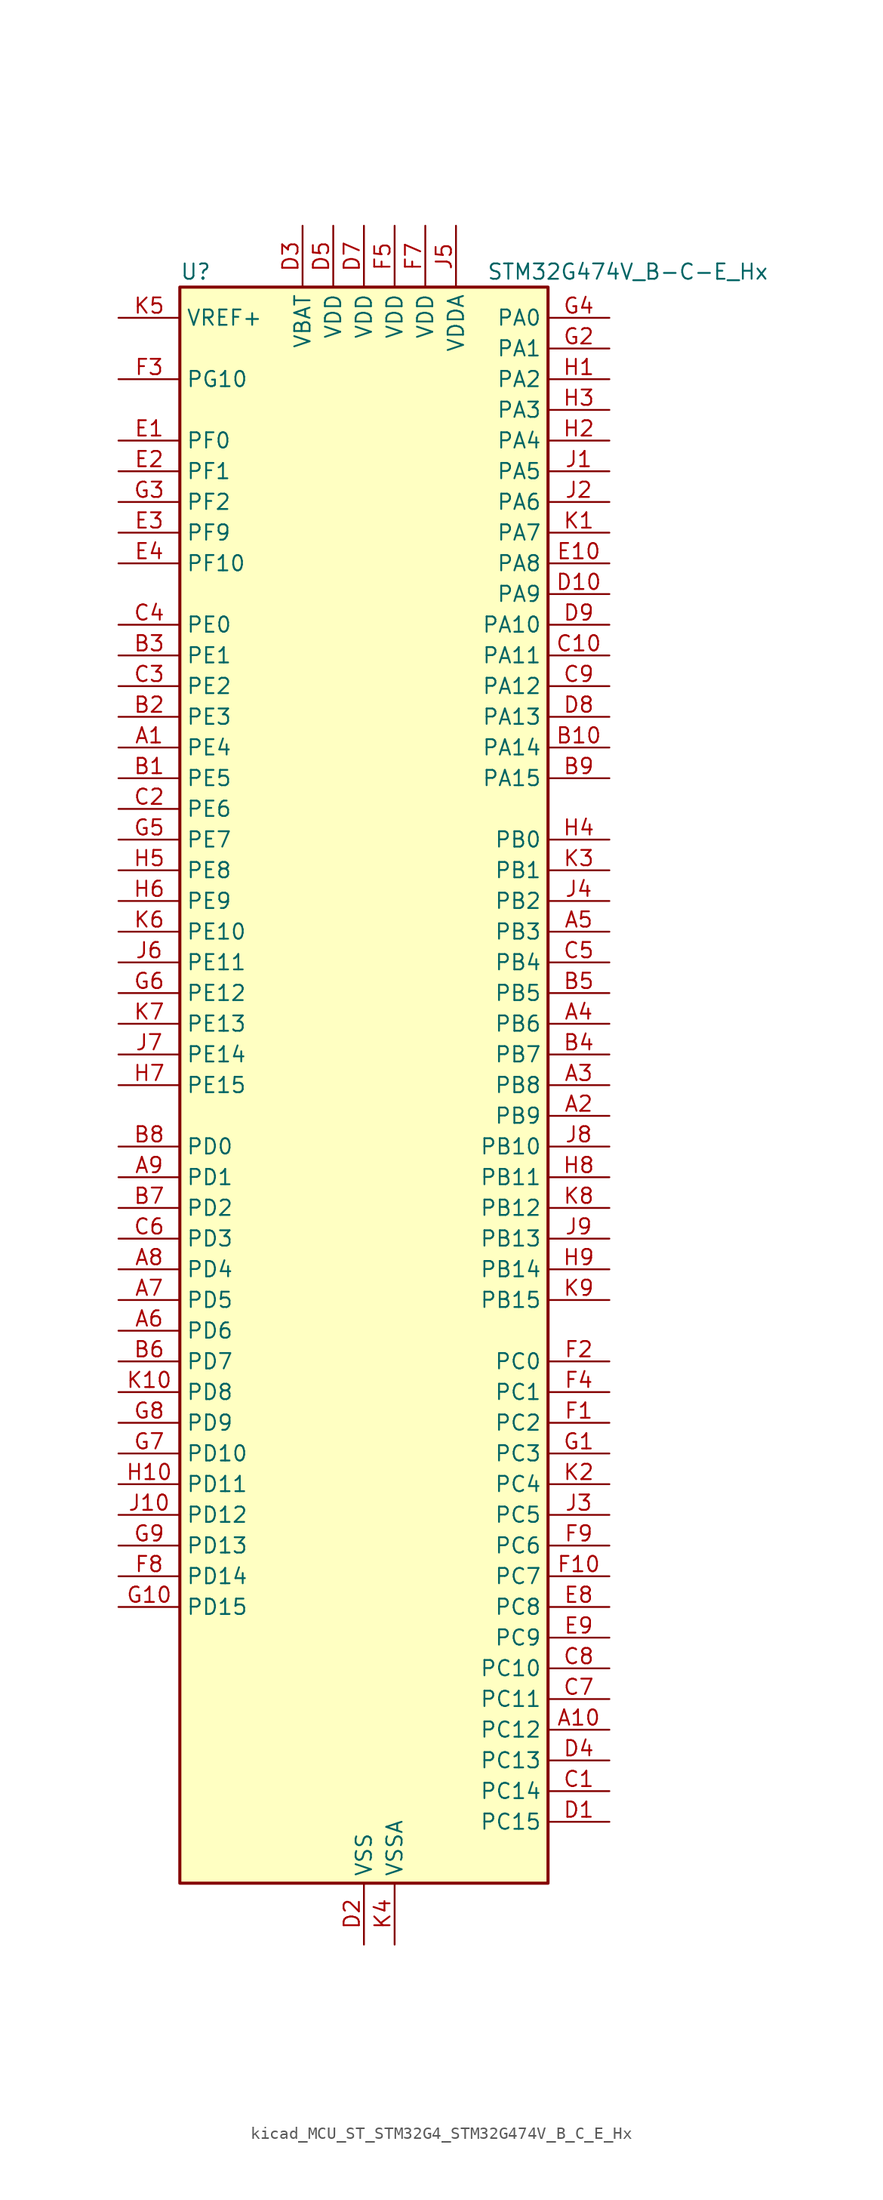
<source format=kicad_sym>
(kicad_symbol_lib
  (version 20220914)
  (generator kicad_symbol_editor)
  (symbol "kicad_MCU_ST_STM32G4_STM32G474V_B_C_E_Hx"
    (property "Reference" "U"
      (at -15.24 67.31 0)
      (effects (font (size 1.27 1.27)) (justify left)))
    (property "Value" "STM32G474V_B-C-E_Hx"
      (at 10.16 67.31 0)
      (effects (font (size 1.27 1.27)) (justify left)))
    (property "ki_locked" ""
      (at 0 0 0)
      (effects (font (size 1.27 1.27))))
    (symbol "kicad_MCU_ST_STM32G4_STM32G474V_B_C_E_Hx_0_1"
      (rectangle (start -15.24 -66.04) (end 15.24 66.04) (stroke (width 0.254) (type default)) (fill (type background))))
    (symbol "kicad_MCU_ST_STM32G4_STM32G474V_B_C_E_Hx_1_1"
      (pin bidirectional line (at -20.32 27.94 0) (length 5.08) (name "PE4" (effects (font (size 1.27 1.27)))) (number "A1" (effects (font (size 1.27 1.27)))) (alternate "FMC_A20" bidirectional line) (alternate "SAI1_D2" bidirectional line) (alternate "SAI1_FS_A" bidirectional line) (alternate "SPI4_NSS" bidirectional line) (alternate "SYS_TRACED1" bidirectional line) (alternate "TIM20_CH1N" bidirectional line) (alternate "TIM3_CH3" bidirectional line))
      (pin bidirectional line (at 20.32 -53.34 180) (length 5.08) (name "PC12" (effects (font (size 1.27 1.27)))) (number "A10" (effects (font (size 1.27 1.27)))) (alternate "HRTIM1_EEV1" bidirectional line) (alternate "I2S3_SD" bidirectional line) (alternate "SPI3_MOSI" bidirectional line) (alternate "TIM5_CH2" bidirectional line) (alternate "TIM8_CH3N" bidirectional line) (alternate "UART5_TX" bidirectional line) (alternate "UCPD1_FRSTX1" bidirectional line) (alternate "UCPD1_FRSTX2" bidirectional line) (alternate "USART3_CK" bidirectional line))
      (pin bidirectional line (at 20.32 -2.54 180) (length 5.08) (name "PB9" (effects (font (size 1.27 1.27)))) (number "A2" (effects (font (size 1.27 1.27)))) (alternate "COMP2_OUT" bidirectional line) (alternate "DAC1_EXTI9" bidirectional line) (alternate "DAC2_EXTI9" bidirectional line) (alternate "DAC3_EXTI9" bidirectional line) (alternate "DAC4_EXTI9" bidirectional line) (alternate "FDCAN1_TX" bidirectional line) (alternate "HRTIM1_EEV5" bidirectional line) (alternate "I2C1_SDA" bidirectional line) (alternate "IR_OUT" bidirectional line) (alternate "SAI1_D2" bidirectional line) (alternate "SAI1_FS_A" bidirectional line) (alternate "TIM17_CH1" bidirectional line) (alternate "TIM1_CH3N" bidirectional line) (alternate "TIM4_CH4" bidirectional line) (alternate "TIM8_CH3" bidirectional line) (alternate "USART3_TX" bidirectional line))
      (pin bidirectional line (at 20.32 0 180) (length 5.08) (name "PB8" (effects (font (size 1.27 1.27)))) (number "A3" (effects (font (size 1.27 1.27)))) (alternate "COMP1_OUT" bidirectional line) (alternate "FDCAN1_RX" bidirectional line) (alternate "HRTIM1_EEV8" bidirectional line) (alternate "I2C1_SCL" bidirectional line) (alternate "SAI1_CK1" bidirectional line) (alternate "SAI1_MCLK_A" bidirectional line) (alternate "TIM16_CH1" bidirectional line) (alternate "TIM1_BKIN" bidirectional line) (alternate "TIM4_CH3" bidirectional line) (alternate "TIM8_CH2" bidirectional line) (alternate "USART3_RX" bidirectional line))
      (pin bidirectional line (at 20.32 5.08 180) (length 5.08) (name "PB6" (effects (font (size 1.27 1.27)))) (number "A4" (effects (font (size 1.27 1.27)))) (alternate "COMP4_OUT" bidirectional line) (alternate "FDCAN2_TX" bidirectional line) (alternate "HRTIM1_EEV4" bidirectional line) (alternate "HRTIM1_SCIN" bidirectional line) (alternate "LPTIM1_ETR" bidirectional line) (alternate "SAI1_FS_B" bidirectional line) (alternate "TIM16_CH1N" bidirectional line) (alternate "TIM4_CH1" bidirectional line) (alternate "TIM8_BKIN2" bidirectional line) (alternate "TIM8_CH1" bidirectional line) (alternate "TIM8_ETR" bidirectional line) (alternate "UCPD1_CC1" bidirectional line) (alternate "USART1_TX" bidirectional line))
      (pin bidirectional line (at 20.32 12.7 180) (length 5.08) (name "PB3" (effects (font (size 1.27 1.27)))) (number "A5" (effects (font (size 1.27 1.27)))) (alternate "ADC3_EXTI3" bidirectional line) (alternate "ADC4_EXTI3" bidirectional line) (alternate "ADC5_EXTI3" bidirectional line) (alternate "CRS_SYNC" bidirectional line) (alternate "FDCAN3_RX" bidirectional line) (alternate "HRTIM1_EEV9" bidirectional line) (alternate "HRTIM1_SCOUT" bidirectional line) (alternate "I2S3_CK" bidirectional line) (alternate "SAI1_SCK_B" bidirectional line) (alternate "SPI1_SCK" bidirectional line) (alternate "SPI3_SCK" bidirectional line) (alternate "SYS_JTDO-SWO" bidirectional line) (alternate "TIM2_CH2" bidirectional line) (alternate "TIM3_ETR" bidirectional line) (alternate "TIM4_ETR" bidirectional line) (alternate "TIM8_CH1N" bidirectional line) (alternate "USART2_TX" bidirectional line))
      (pin bidirectional line (at -20.32 -20.32 0) (length 5.08) (name "PD6" (effects (font (size 1.27 1.27)))) (number "A6" (effects (font (size 1.27 1.27)))) (alternate "FMC_NWAIT" bidirectional line) (alternate "QUADSPI1_BK2_IO2" bidirectional line) (alternate "SAI1_D1" bidirectional line) (alternate "SAI1_SD_A" bidirectional line) (alternate "TIM2_CH4" bidirectional line) (alternate "USART2_RX" bidirectional line))
      (pin bidirectional line (at -20.32 -17.78 0) (length 5.08) (name "PD5" (effects (font (size 1.27 1.27)))) (number "A7" (effects (font (size 1.27 1.27)))) (alternate "FMC_NWE" bidirectional line) (alternate "QUADSPI1_BK2_IO1" bidirectional line) (alternate "USART2_TX" bidirectional line))
      (pin bidirectional line (at -20.32 -15.24 0) (length 5.08) (name "PD4" (effects (font (size 1.27 1.27)))) (number "A8" (effects (font (size 1.27 1.27)))) (alternate "FMC_NOE" bidirectional line) (alternate "QUADSPI1_BK2_IO0" bidirectional line) (alternate "TIM2_CH2" bidirectional line) (alternate "USART2_DE" bidirectional line) (alternate "USART2_RTS" bidirectional line))
      (pin bidirectional line (at -20.32 -7.62 0) (length 5.08) (name "PD1" (effects (font (size 1.27 1.27)))) (number "A9" (effects (font (size 1.27 1.27)))) (alternate "FDCAN1_TX" bidirectional line) (alternate "FMC_D3" bidirectional line) (alternate "FMC_DA3" bidirectional line) (alternate "TIM8_BKIN2" bidirectional line) (alternate "TIM8_CH4" bidirectional line))
      (pin bidirectional line (at -20.32 25.4 0) (length 5.08) (name "PE5" (effects (font (size 1.27 1.27)))) (number "B1" (effects (font (size 1.27 1.27)))) (alternate "FMC_A21" bidirectional line) (alternate "SAI1_CK2" bidirectional line) (alternate "SAI1_SCK_A" bidirectional line) (alternate "SPI4_MISO" bidirectional line) (alternate "SYS_TRACED2" bidirectional line) (alternate "TIM20_CH2N" bidirectional line) (alternate "TIM3_CH4" bidirectional line))
      (pin bidirectional line (at 20.32 27.94 180) (length 5.08) (name "PA14" (effects (font (size 1.27 1.27)))) (number "B10" (effects (font (size 1.27 1.27)))) (alternate "I2C1_SDA" bidirectional line) (alternate "I2C4_SMBA" bidirectional line) (alternate "LPTIM1_OUT" bidirectional line) (alternate "SAI1_FS_B" bidirectional line) (alternate "SYS_JTCK-SWCLK" bidirectional line) (alternate "TIM1_BKIN" bidirectional line) (alternate "TIM8_CH2" bidirectional line) (alternate "USART2_TX" bidirectional line))
      (pin bidirectional line (at -20.32 30.48 0) (length 5.08) (name "PE3" (effects (font (size 1.27 1.27)))) (number "B2" (effects (font (size 1.27 1.27)))) (alternate "ADC3_EXTI3" bidirectional line) (alternate "ADC4_EXTI3" bidirectional line) (alternate "ADC5_EXTI3" bidirectional line) (alternate "FMC_A19" bidirectional line) (alternate "SAI1_SD_B" bidirectional line) (alternate "SPI4_NSS" bidirectional line) (alternate "SYS_TRACED0" bidirectional line) (alternate "TIM20_CH2" bidirectional line) (alternate "TIM3_CH2" bidirectional line))
      (pin bidirectional line (at -20.32 35.56 0) (length 5.08) (name "PE1" (effects (font (size 1.27 1.27)))) (number "B3" (effects (font (size 1.27 1.27)))) (alternate "FMC_NBL1" bidirectional line) (alternate "TIM17_CH1" bidirectional line) (alternate "TIM20_CH4" bidirectional line) (alternate "USART1_RX" bidirectional line))
      (pin bidirectional line (at 20.32 2.54 180) (length 5.08) (name "PB7" (effects (font (size 1.27 1.27)))) (number "B4" (effects (font (size 1.27 1.27)))) (alternate "COMP3_OUT" bidirectional line) (alternate "FMC_NL" bidirectional line) (alternate "HRTIM1_EEV3" bidirectional line) (alternate "I2C1_SDA" bidirectional line) (alternate "I2C4_SDA" bidirectional line) (alternate "LPTIM1_IN2" bidirectional line) (alternate "SYS_PVD_IN" bidirectional line) (alternate "TIM17_CH1N" bidirectional line) (alternate "TIM3_CH4" bidirectional line) (alternate "TIM4_CH2" bidirectional line) (alternate "TIM8_BKIN" bidirectional line) (alternate "UART4_CTS" bidirectional line) (alternate "USART1_RX" bidirectional line))
      (pin bidirectional line (at 20.32 7.62 180) (length 5.08) (name "PB5" (effects (font (size 1.27 1.27)))) (number "B5" (effects (font (size 1.27 1.27)))) (alternate "FDCAN2_RX" bidirectional line) (alternate "HRTIM1_EEV6" bidirectional line) (alternate "I2C1_SMBA" bidirectional line) (alternate "I2C3_SDA" bidirectional line) (alternate "I2S3_SD" bidirectional line) (alternate "LPTIM1_IN1" bidirectional line) (alternate "SAI1_SD_B" bidirectional line) (alternate "SPI1_MOSI" bidirectional line) (alternate "SPI3_MOSI" bidirectional line) (alternate "TIM16_BKIN" bidirectional line) (alternate "TIM17_CH1" bidirectional line) (alternate "TIM3_CH2" bidirectional line) (alternate "TIM8_CH3N" bidirectional line) (alternate "UART5_CTS" bidirectional line) (alternate "USART2_CK" bidirectional line))
      (pin bidirectional line (at -20.32 -22.86 0) (length 5.08) (name "PD7" (effects (font (size 1.27 1.27)))) (number "B6" (effects (font (size 1.27 1.27)))) (alternate "FMC_NCE" bidirectional line) (alternate "FMC_NE1" bidirectional line) (alternate "QUADSPI1_BK2_IO3" bidirectional line) (alternate "TIM2_CH3" bidirectional line) (alternate "USART2_CK" bidirectional line))
      (pin bidirectional line (at -20.32 -10.16 0) (length 5.08) (name "PD2" (effects (font (size 1.27 1.27)))) (number "B7" (effects (font (size 1.27 1.27)))) (alternate "ADC3_EXTI2" bidirectional line) (alternate "ADC4_EXTI2" bidirectional line) (alternate "ADC5_EXTI2" bidirectional line) (alternate "TIM3_ETR" bidirectional line) (alternate "TIM8_BKIN" bidirectional line) (alternate "UART5_RX" bidirectional line))
      (pin bidirectional line (at -20.32 -5.08 0) (length 5.08) (name "PD0" (effects (font (size 1.27 1.27)))) (number "B8" (effects (font (size 1.27 1.27)))) (alternate "FDCAN1_RX" bidirectional line) (alternate "FMC_D2" bidirectional line) (alternate "FMC_DA2" bidirectional line) (alternate "TIM8_CH4N" bidirectional line))
      (pin bidirectional line (at 20.32 25.4 180) (length 5.08) (name "PA15" (effects (font (size 1.27 1.27)))) (number "B9" (effects (font (size 1.27 1.27)))) (alternate "ADC1_EXTI15" bidirectional line) (alternate "ADC2_EXTI15" bidirectional line) (alternate "FDCAN3_TX" bidirectional line) (alternate "HRTIM1_FLT2" bidirectional line) (alternate "I2C1_SCL" bidirectional line) (alternate "I2S3_WS" bidirectional line) (alternate "SPI1_NSS" bidirectional line) (alternate "SPI3_NSS" bidirectional line) (alternate "SYS_JTDI" bidirectional line) (alternate "TIM1_BKIN" bidirectional line) (alternate "TIM2_CH1" bidirectional line) (alternate "TIM2_ETR" bidirectional line) (alternate "TIM8_CH1" bidirectional line) (alternate "UART4_DE" bidirectional line) (alternate "UART4_RTS" bidirectional line) (alternate "USART2_RX" bidirectional line))
      (pin bidirectional line (at 20.32 -58.42 180) (length 5.08) (name "PC14" (effects (font (size 1.27 1.27)))) (number "C1" (effects (font (size 1.27 1.27)))) (alternate "RCC_OSC32_IN" bidirectional line))
      (pin bidirectional line (at 20.32 35.56 180) (length 5.08) (name "PA11" (effects (font (size 1.27 1.27)))) (number "C10" (effects (font (size 1.27 1.27)))) (alternate "ADC1_EXTI11" bidirectional line) (alternate "ADC2_EXTI11" bidirectional line) (alternate "COMP1_OUT" bidirectional line) (alternate "FDCAN1_RX" bidirectional line) (alternate "HRTIM1_CHB2" bidirectional line) (alternate "I2S2_SD" bidirectional line) (alternate "SPI2_MOSI" bidirectional line) (alternate "TIM1_BKIN2" bidirectional line) (alternate "TIM1_CH1N" bidirectional line) (alternate "TIM1_CH4" bidirectional line) (alternate "TIM4_CH1" bidirectional line) (alternate "USART1_CTS" bidirectional line) (alternate "USART1_NSS" bidirectional line) (alternate "USB_DM" bidirectional line))
      (pin bidirectional line (at -20.32 22.86 0) (length 5.08) (name "PE6" (effects (font (size 1.27 1.27)))) (number "C2" (effects (font (size 1.27 1.27)))) (alternate "FMC_A22" bidirectional line) (alternate "RTC_TAMP3" bidirectional line) (alternate "SAI1_D1" bidirectional line) (alternate "SAI1_SD_A" bidirectional line) (alternate "SPI4_MOSI" bidirectional line) (alternate "SYS_TRACED3" bidirectional line) (alternate "SYS_WKUP3" bidirectional line) (alternate "TIM20_CH3N" bidirectional line))
      (pin bidirectional line (at -20.32 33.02 0) (length 5.08) (name "PE2" (effects (font (size 1.27 1.27)))) (number "C3" (effects (font (size 1.27 1.27)))) (alternate "ADC3_EXTI2" bidirectional line) (alternate "ADC4_EXTI2" bidirectional line) (alternate "ADC5_EXTI2" bidirectional line) (alternate "FMC_A23" bidirectional line) (alternate "SAI1_CK1" bidirectional line) (alternate "SAI1_MCLK_A" bidirectional line) (alternate "SPI4_SCK" bidirectional line) (alternate "SYS_TRACECLK" bidirectional line) (alternate "TIM20_CH1" bidirectional line) (alternate "TIM3_CH1" bidirectional line))
      (pin bidirectional line (at -20.32 38.1 0) (length 5.08) (name "PE0" (effects (font (size 1.27 1.27)))) (number "C4" (effects (font (size 1.27 1.27)))) (alternate "FMC_NBL0" bidirectional line) (alternate "TIM16_CH1" bidirectional line) (alternate "TIM20_CH4N" bidirectional line) (alternate "TIM20_ETR" bidirectional line) (alternate "TIM4_ETR" bidirectional line) (alternate "USART1_TX" bidirectional line))
      (pin bidirectional line (at 20.32 10.16 180) (length 5.08) (name "PB4" (effects (font (size 1.27 1.27)))) (number "C5" (effects (font (size 1.27 1.27)))) (alternate "FDCAN3_TX" bidirectional line) (alternate "HRTIM1_EEV7" bidirectional line) (alternate "SAI1_MCLK_B" bidirectional line) (alternate "SPI1_MISO" bidirectional line) (alternate "SPI3_MISO" bidirectional line) (alternate "SYS_JTRST" bidirectional line) (alternate "TIM16_CH1" bidirectional line) (alternate "TIM17_BKIN" bidirectional line) (alternate "TIM3_CH1" bidirectional line) (alternate "TIM8_CH2N" bidirectional line) (alternate "UART5_DE" bidirectional line) (alternate "UART5_RTS" bidirectional line) (alternate "UCPD1_CC2" bidirectional line) (alternate "USART2_RX" bidirectional line))
      (pin bidirectional line (at -20.32 -12.7 0) (length 5.08) (name "PD3" (effects (font (size 1.27 1.27)))) (number "C6" (effects (font (size 1.27 1.27)))) (alternate "ADC3_EXTI3" bidirectional line) (alternate "ADC4_EXTI3" bidirectional line) (alternate "ADC5_EXTI3" bidirectional line) (alternate "FMC_CLK" bidirectional line) (alternate "QUADSPI1_BK2_NCS" bidirectional line) (alternate "TIM2_CH1" bidirectional line) (alternate "TIM2_ETR" bidirectional line) (alternate "USART2_CTS" bidirectional line) (alternate "USART2_NSS" bidirectional line))
      (pin bidirectional line (at 20.32 -50.8 180) (length 5.08) (name "PC11" (effects (font (size 1.27 1.27)))) (number "C7" (effects (font (size 1.27 1.27)))) (alternate "ADC1_EXTI11" bidirectional line) (alternate "ADC2_EXTI11" bidirectional line) (alternate "HRTIM1_EEV2" bidirectional line) (alternate "I2C3_SDA" bidirectional line) (alternate "SPI3_MISO" bidirectional line) (alternate "TIM8_CH2N" bidirectional line) (alternate "UART4_RX" bidirectional line) (alternate "USART3_RX" bidirectional line))
      (pin bidirectional line (at 20.32 -48.26 180) (length 5.08) (name "PC10" (effects (font (size 1.27 1.27)))) (number "C8" (effects (font (size 1.27 1.27)))) (alternate "DAC1_EXTI10" bidirectional line) (alternate "DAC2_EXTI10" bidirectional line) (alternate "DAC3_EXTI10" bidirectional line) (alternate "DAC4_EXTI10" bidirectional line) (alternate "HRTIM1_FLT6" bidirectional line) (alternate "I2S3_CK" bidirectional line) (alternate "SPI3_SCK" bidirectional line) (alternate "TIM8_CH1N" bidirectional line) (alternate "UART4_TX" bidirectional line) (alternate "USART3_TX" bidirectional line))
      (pin bidirectional line (at 20.32 33.02 180) (length 5.08) (name "PA12" (effects (font (size 1.27 1.27)))) (number "C9" (effects (font (size 1.27 1.27)))) (alternate "COMP2_OUT" bidirectional line) (alternate "FDCAN1_TX" bidirectional line) (alternate "HRTIM1_FLT1" bidirectional line) (alternate "I2S_CKIN" bidirectional line) (alternate "TIM16_CH1" bidirectional line) (alternate "TIM1_CH2N" bidirectional line) (alternate "TIM1_ETR" bidirectional line) (alternate "TIM4_CH2" bidirectional line) (alternate "USART1_DE" bidirectional line) (alternate "USART1_RTS" bidirectional line) (alternate "USB_DP" bidirectional line))
      (pin bidirectional line (at 20.32 -60.96 180) (length 5.08) (name "PC15" (effects (font (size 1.27 1.27)))) (number "D1" (effects (font (size 1.27 1.27)))) (alternate "ADC1_EXTI15" bidirectional line) (alternate "ADC2_EXTI15" bidirectional line) (alternate "RCC_OSC32_OUT" bidirectional line))
      (pin bidirectional line (at 20.32 40.64 180) (length 5.08) (name "PA9" (effects (font (size 1.27 1.27)))) (number "D10" (effects (font (size 1.27 1.27)))) (alternate "ADC5_IN2" bidirectional line) (alternate "COMP5_OUT" bidirectional line) (alternate "DAC1_EXTI9" bidirectional line) (alternate "DAC2_EXTI9" bidirectional line) (alternate "DAC3_EXTI9" bidirectional line) (alternate "DAC4_EXTI9" bidirectional line) (alternate "HRTIM1_CHA2" bidirectional line) (alternate "I2C2_SCL" bidirectional line) (alternate "I2C3_SMBA" bidirectional line) (alternate "I2S3_MCK" bidirectional line) (alternate "SAI1_FS_A" bidirectional line) (alternate "TIM15_BKIN" bidirectional line) (alternate "TIM1_CH2" bidirectional line) (alternate "TIM2_CH3" bidirectional line) (alternate "UCPD1_DBCC1" bidirectional line) (alternate "USART1_TX" bidirectional line))
      (pin power_in line (at 0 -71.12 90) (length 5.08) (name "VSS" (effects (font (size 1.27 1.27)))) (number "D2" (effects (font (size 1.27 1.27)))))
      (pin power_in line (at -5.08 71.12 270) (length 5.08) (name "VBAT" (effects (font (size 1.27 1.27)))) (number "D3" (effects (font (size 1.27 1.27)))))
      (pin bidirectional line (at 20.32 -55.88 180) (length 5.08) (name "PC13" (effects (font (size 1.27 1.27)))) (number "D4" (effects (font (size 1.27 1.27)))) (alternate "RTC_OUT1" bidirectional line) (alternate "RTC_TAMP1" bidirectional line) (alternate "RTC_TS" bidirectional line) (alternate "SYS_WKUP2" bidirectional line) (alternate "TIM1_BKIN" bidirectional line) (alternate "TIM1_CH1N" bidirectional line) (alternate "TIM8_CH4N" bidirectional line))
      (pin power_in line (at -2.54 71.12 270) (length 5.08) (name "VDD" (effects (font (size 1.27 1.27)))) (number "D5" (effects (font (size 1.27 1.27)))))
      (pin passive line (at 0 -71.12 90) (length 5.08) hide (name "VSS" (effects (font (size 1.27 1.27)))) (number "D6" (effects (font (size 1.27 1.27)))))
      (pin power_in line (at 0 71.12 270) (length 5.08) (name "VDD" (effects (font (size 1.27 1.27)))) (number "D7" (effects (font (size 1.27 1.27)))))
      (pin bidirectional line (at 20.32 30.48 180) (length 5.08) (name "PA13" (effects (font (size 1.27 1.27)))) (number "D8" (effects (font (size 1.27 1.27)))) (alternate "I2C1_SCL" bidirectional line) (alternate "I2C4_SCL" bidirectional line) (alternate "IR_OUT" bidirectional line) (alternate "SAI1_SD_B" bidirectional line) (alternate "SYS_JTMS-SWDIO" bidirectional line) (alternate "TIM16_CH1N" bidirectional line) (alternate "TIM4_CH3" bidirectional line) (alternate "USART3_CTS" bidirectional line) (alternate "USART3_NSS" bidirectional line))
      (pin bidirectional line (at 20.32 38.1 180) (length 5.08) (name "PA10" (effects (font (size 1.27 1.27)))) (number "D9" (effects (font (size 1.27 1.27)))) (alternate "COMP6_OUT" bidirectional line) (alternate "CRS_SYNC" bidirectional line) (alternate "DAC1_EXTI10" bidirectional line) (alternate "DAC2_EXTI10" bidirectional line) (alternate "DAC3_EXTI10" bidirectional line) (alternate "DAC4_EXTI10" bidirectional line) (alternate "HRTIM1_CHB1" bidirectional line) (alternate "I2C2_SMBA" bidirectional line) (alternate "SAI1_D1" bidirectional line) (alternate "SAI1_SD_A" bidirectional line) (alternate "SPI2_MISO" bidirectional line) (alternate "TIM17_BKIN" bidirectional line) (alternate "TIM1_CH3" bidirectional line) (alternate "TIM2_CH4" bidirectional line) (alternate "TIM8_BKIN" bidirectional line) (alternate "UCPD1_DBCC2" bidirectional line) (alternate "USART1_RX" bidirectional line))
      (pin bidirectional line (at -20.32 53.34 0) (length 5.08) (name "PF0" (effects (font (size 1.27 1.27)))) (number "E1" (effects (font (size 1.27 1.27)))) (alternate "ADC1_IN10" bidirectional line) (alternate "I2C2_SDA" bidirectional line) (alternate "I2S2_WS" bidirectional line) (alternate "RCC_OSC_IN" bidirectional line) (alternate "SPI2_NSS" bidirectional line) (alternate "TIM1_CH3N" bidirectional line))
      (pin bidirectional line (at 20.32 43.18 180) (length 5.08) (name "PA8" (effects (font (size 1.27 1.27)))) (number "E10" (effects (font (size 1.27 1.27)))) (alternate "ADC5_IN1" bidirectional line) (alternate "COMP7_OUT" bidirectional line) (alternate "FDCAN3_RX" bidirectional line) (alternate "HRTIM1_CHA1" bidirectional line) (alternate "I2C2_SDA" bidirectional line) (alternate "I2C3_SCL" bidirectional line) (alternate "I2S2_MCK" bidirectional line) (alternate "OPAMP5_VOUT" bidirectional line) (alternate "RCC_MCO" bidirectional line) (alternate "SAI1_CK2" bidirectional line) (alternate "SAI1_SCK_A" bidirectional line) (alternate "TIM1_CH1" bidirectional line) (alternate "TIM4_ETR" bidirectional line) (alternate "USART1_CK" bidirectional line))
      (pin bidirectional line (at -20.32 50.8 0) (length 5.08) (name "PF1" (effects (font (size 1.27 1.27)))) (number "E2" (effects (font (size 1.27 1.27)))) (alternate "ADC2_IN10" bidirectional line) (alternate "COMP3_INM" bidirectional line) (alternate "I2S2_CK" bidirectional line) (alternate "RCC_OSC_OUT" bidirectional line) (alternate "SPI2_SCK" bidirectional line))
      (pin bidirectional line (at -20.32 45.72 0) (length 5.08) (name "PF9" (effects (font (size 1.27 1.27)))) (number "E3" (effects (font (size 1.27 1.27)))) (alternate "DAC1_EXTI9" bidirectional line) (alternate "DAC2_EXTI9" bidirectional line) (alternate "DAC3_EXTI9" bidirectional line) (alternate "DAC4_EXTI9" bidirectional line) (alternate "FMC_A25" bidirectional line) (alternate "QUADSPI1_BK1_IO1" bidirectional line) (alternate "SAI1_FS_B" bidirectional line) (alternate "SPI2_SCK" bidirectional line) (alternate "TIM15_CH1" bidirectional line) (alternate "TIM20_BKIN" bidirectional line) (alternate "TIM5_CH4" bidirectional line))
      (pin bidirectional line (at -20.32 43.18 0) (length 5.08) (name "PF10" (effects (font (size 1.27 1.27)))) (number "E4" (effects (font (size 1.27 1.27)))) (alternate "DAC1_EXTI10" bidirectional line) (alternate "DAC2_EXTI10" bidirectional line) (alternate "DAC3_EXTI10" bidirectional line) (alternate "DAC4_EXTI10" bidirectional line) (alternate "FMC_A0" bidirectional line) (alternate "QUADSPI1_CLK" bidirectional line) (alternate "SAI1_D3" bidirectional line) (alternate "SPI2_SCK" bidirectional line) (alternate "TIM15_CH2" bidirectional line) (alternate "TIM20_BKIN2" bidirectional line))
      (pin passive line (at 0 -71.12 90) (length 5.08) hide (name "VSS" (effects (font (size 1.27 1.27)))) (number "E5" (effects (font (size 1.27 1.27)))))
      (pin passive line (at 0 -71.12 90) (length 5.08) hide (name "VSS" (effects (font (size 1.27 1.27)))) (number "E6" (effects (font (size 1.27 1.27)))))
      (pin passive line (at 0 -71.12 90) (length 5.08) hide (name "VSS" (effects (font (size 1.27 1.27)))) (number "E7" (effects (font (size 1.27 1.27)))))
      (pin bidirectional line (at 20.32 -43.18 180) (length 5.08) (name "PC8" (effects (font (size 1.27 1.27)))) (number "E8" (effects (font (size 1.27 1.27)))) (alternate "COMP7_OUT" bidirectional line) (alternate "HRTIM1_CHE1" bidirectional line) (alternate "I2C3_SCL" bidirectional line) (alternate "TIM20_CH3" bidirectional line) (alternate "TIM3_CH3" bidirectional line) (alternate "TIM8_CH3" bidirectional line))
      (pin bidirectional line (at 20.32 -45.72 180) (length 5.08) (name "PC9" (effects (font (size 1.27 1.27)))) (number "E9" (effects (font (size 1.27 1.27)))) (alternate "DAC1_EXTI9" bidirectional line) (alternate "DAC2_EXTI9" bidirectional line) (alternate "DAC3_EXTI9" bidirectional line) (alternate "DAC4_EXTI9" bidirectional line) (alternate "HRTIM1_CHE2" bidirectional line) (alternate "I2C3_SDA" bidirectional line) (alternate "I2S_CKIN" bidirectional line) (alternate "TIM3_CH4" bidirectional line) (alternate "TIM8_BKIN2" bidirectional line) (alternate "TIM8_CH4" bidirectional line))
      (pin bidirectional line (at 20.32 -27.94 180) (length 5.08) (name "PC2" (effects (font (size 1.27 1.27)))) (number "F1" (effects (font (size 1.27 1.27)))) (alternate "ADC1_IN8" bidirectional line) (alternate "ADC2_IN8" bidirectional line) (alternate "ADC3_EXTI2" bidirectional line) (alternate "ADC4_EXTI2" bidirectional line) (alternate "ADC5_EXTI2" bidirectional line) (alternate "COMP3_OUT" bidirectional line) (alternate "LPTIM1_IN2" bidirectional line) (alternate "QUADSPI1_BK2_IO1" bidirectional line) (alternate "TIM1_CH3" bidirectional line) (alternate "TIM20_CH2" bidirectional line))
      (pin bidirectional line (at 20.32 -40.64 180) (length 5.08) (name "PC7" (effects (font (size 1.27 1.27)))) (number "F10" (effects (font (size 1.27 1.27)))) (alternate "COMP5_OUT" bidirectional line) (alternate "HRTIM1_CHF2" bidirectional line) (alternate "HRTIM1_FLT5" bidirectional line) (alternate "I2C4_SDA" bidirectional line) (alternate "I2S3_MCK" bidirectional line) (alternate "TIM3_CH2" bidirectional line) (alternate "TIM8_CH2" bidirectional line))
      (pin bidirectional line (at 20.32 -22.86 180) (length 5.08) (name "PC0" (effects (font (size 1.27 1.27)))) (number "F2" (effects (font (size 1.27 1.27)))) (alternate "ADC1_IN6" bidirectional line) (alternate "ADC2_IN6" bidirectional line) (alternate "COMP3_INM" bidirectional line) (alternate "LPTIM1_IN1" bidirectional line) (alternate "LPUART1_RX" bidirectional line) (alternate "TIM1_CH1" bidirectional line))
      (pin bidirectional line (at -20.32 58.42 0) (length 5.08) (name "PG10" (effects (font (size 1.27 1.27)))) (number "F3" (effects (font (size 1.27 1.27)))) (alternate "DAC1_EXTI10" bidirectional line) (alternate "DAC2_EXTI10" bidirectional line) (alternate "DAC3_EXTI10" bidirectional line) (alternate "DAC4_EXTI10" bidirectional line) (alternate "RCC_MCO" bidirectional line))
      (pin bidirectional line (at 20.32 -25.4 180) (length 5.08) (name "PC1" (effects (font (size 1.27 1.27)))) (number "F4" (effects (font (size 1.27 1.27)))) (alternate "ADC1_IN7" bidirectional line) (alternate "ADC2_IN7" bidirectional line) (alternate "COMP3_INP" bidirectional line) (alternate "LPTIM1_OUT" bidirectional line) (alternate "LPUART1_TX" bidirectional line) (alternate "QUADSPI1_BK2_IO0" bidirectional line) (alternate "SAI1_SD_A" bidirectional line) (alternate "TIM1_CH2" bidirectional line))
      (pin power_in line (at 2.54 71.12 270) (length 5.08) (name "VDD" (effects (font (size 1.27 1.27)))) (number "F5" (effects (font (size 1.27 1.27)))))
      (pin passive line (at 0 -71.12 90) (length 5.08) hide (name "VSS" (effects (font (size 1.27 1.27)))) (number "F6" (effects (font (size 1.27 1.27)))))
      (pin power_in line (at 5.08 71.12 270) (length 5.08) (name "VDD" (effects (font (size 1.27 1.27)))) (number "F7" (effects (font (size 1.27 1.27)))))
      (pin bidirectional line (at -20.32 -40.64 0) (length 5.08) (name "PD14" (effects (font (size 1.27 1.27)))) (number "F8" (effects (font (size 1.27 1.27)))) (alternate "ADC3_IN11" bidirectional line) (alternate "ADC4_IN11" bidirectional line) (alternate "ADC5_IN11" bidirectional line) (alternate "COMP7_INP" bidirectional line) (alternate "FMC_D0" bidirectional line) (alternate "FMC_DA0" bidirectional line) (alternate "OPAMP2_VINP" bidirectional line) (alternate "OPAMP2_VINP_SEC" bidirectional line) (alternate "TIM4_CH3" bidirectional line))
      (pin bidirectional line (at 20.32 -38.1 180) (length 5.08) (name "PC6" (effects (font (size 1.27 1.27)))) (number "F9" (effects (font (size 1.27 1.27)))) (alternate "COMP6_OUT" bidirectional line) (alternate "HRTIM1_CHF1" bidirectional line) (alternate "HRTIM1_EEV10" bidirectional line) (alternate "I2C4_SCL" bidirectional line) (alternate "I2S2_MCK" bidirectional line) (alternate "TIM3_CH1" bidirectional line) (alternate "TIM8_CH1" bidirectional line))
      (pin bidirectional line (at 20.32 -30.48 180) (length 5.08) (name "PC3" (effects (font (size 1.27 1.27)))) (number "G1" (effects (font (size 1.27 1.27)))) (alternate "ADC1_IN9" bidirectional line) (alternate "ADC2_IN9" bidirectional line) (alternate "ADC3_EXTI3" bidirectional line) (alternate "ADC4_EXTI3" bidirectional line) (alternate "ADC5_EXTI3" bidirectional line) (alternate "LPTIM1_ETR" bidirectional line) (alternate "OPAMP5_VINP" bidirectional line) (alternate "OPAMP5_VINP_SEC" bidirectional line) (alternate "QUADSPI1_BK2_IO2" bidirectional line) (alternate "SAI1_D1" bidirectional line) (alternate "SAI1_SD_A" bidirectional line) (alternate "TIM1_BKIN2" bidirectional line) (alternate "TIM1_CH4" bidirectional line))
      (pin bidirectional line (at -20.32 -43.18 0) (length 5.08) (name "PD15" (effects (font (size 1.27 1.27)))) (number "G10" (effects (font (size 1.27 1.27)))) (alternate "ADC1_EXTI15" bidirectional line) (alternate "ADC2_EXTI15" bidirectional line) (alternate "COMP7_INM" bidirectional line) (alternate "FMC_D1" bidirectional line) (alternate "FMC_DA1" bidirectional line) (alternate "SPI2_NSS" bidirectional line) (alternate "TIM4_CH4" bidirectional line))
      (pin bidirectional line (at 20.32 60.96 180) (length 5.08) (name "PA1" (effects (font (size 1.27 1.27)))) (number "G2" (effects (font (size 1.27 1.27)))) (alternate "ADC1_IN2" bidirectional line) (alternate "ADC2_IN2" bidirectional line) (alternate "COMP1_INP" bidirectional line) (alternate "OPAMP1_VINP" bidirectional line) (alternate "OPAMP1_VINP_SEC" bidirectional line) (alternate "OPAMP3_VINP" bidirectional line) (alternate "OPAMP3_VINP_SEC" bidirectional line) (alternate "OPAMP6_VINM" bidirectional line) (alternate "OPAMP6_VINM0" bidirectional line) (alternate "OPAMP6_VINM_SEC" bidirectional line) (alternate "RTC_REFIN" bidirectional line) (alternate "TIM15_CH1N" bidirectional line) (alternate "TIM2_CH2" bidirectional line) (alternate "TIM5_CH2" bidirectional line) (alternate "USART2_DE" bidirectional line) (alternate "USART2_RTS" bidirectional line))
      (pin bidirectional line (at -20.32 48.26 0) (length 5.08) (name "PF2" (effects (font (size 1.27 1.27)))) (number "G3" (effects (font (size 1.27 1.27)))) (alternate "ADC3_EXTI2" bidirectional line) (alternate "ADC4_EXTI2" bidirectional line) (alternate "ADC5_EXTI2" bidirectional line) (alternate "FMC_A2" bidirectional line) (alternate "I2C2_SMBA" bidirectional line) (alternate "TIM20_CH3" bidirectional line))
      (pin bidirectional line (at 20.32 63.5 180) (length 5.08) (name "PA0" (effects (font (size 1.27 1.27)))) (number "G4" (effects (font (size 1.27 1.27)))) (alternate "ADC1_IN1" bidirectional line) (alternate "ADC2_IN1" bidirectional line) (alternate "COMP1_INM" bidirectional line) (alternate "COMP1_OUT" bidirectional line) (alternate "COMP3_INP" bidirectional line) (alternate "RTC_TAMP2" bidirectional line) (alternate "SYS_WKUP1" bidirectional line) (alternate "TIM2_CH1" bidirectional line) (alternate "TIM2_ETR" bidirectional line) (alternate "TIM5_CH1" bidirectional line) (alternate "TIM8_BKIN" bidirectional line) (alternate "TIM8_ETR" bidirectional line) (alternate "USART2_CTS" bidirectional line) (alternate "USART2_NSS" bidirectional line))
      (pin bidirectional line (at -20.32 20.32 0) (length 5.08) (name "PE7" (effects (font (size 1.27 1.27)))) (number "G5" (effects (font (size 1.27 1.27)))) (alternate "ADC3_IN4" bidirectional line) (alternate "COMP4_INP" bidirectional line) (alternate "FMC_D4" bidirectional line) (alternate "FMC_DA4" bidirectional line) (alternate "SAI1_SD_B" bidirectional line) (alternate "TIM1_ETR" bidirectional line))
      (pin bidirectional line (at -20.32 7.62 0) (length 5.08) (name "PE12" (effects (font (size 1.27 1.27)))) (number "G6" (effects (font (size 1.27 1.27)))) (alternate "ADC3_IN16" bidirectional line) (alternate "ADC4_IN16" bidirectional line) (alternate "ADC5_IN16" bidirectional line) (alternate "FMC_D9" bidirectional line) (alternate "FMC_DA9" bidirectional line) (alternate "QUADSPI1_BK1_IO0" bidirectional line) (alternate "SPI4_SCK" bidirectional line) (alternate "TIM1_CH3N" bidirectional line))
      (pin bidirectional line (at -20.32 -30.48 0) (length 5.08) (name "PD10" (effects (font (size 1.27 1.27)))) (number "G7" (effects (font (size 1.27 1.27)))) (alternate "ADC3_IN7" bidirectional line) (alternate "ADC4_IN7" bidirectional line) (alternate "ADC5_IN7" bidirectional line) (alternate "COMP6_INM" bidirectional line) (alternate "DAC1_EXTI10" bidirectional line) (alternate "DAC2_EXTI10" bidirectional line) (alternate "DAC3_EXTI10" bidirectional line) (alternate "DAC4_EXTI10" bidirectional line) (alternate "FMC_D15" bidirectional line) (alternate "FMC_DA15" bidirectional line) (alternate "USART3_CK" bidirectional line))
      (pin bidirectional line (at -20.32 -27.94 0) (length 5.08) (name "PD9" (effects (font (size 1.27 1.27)))) (number "G8" (effects (font (size 1.27 1.27)))) (alternate "ADC4_IN13" bidirectional line) (alternate "ADC5_IN13" bidirectional line) (alternate "DAC1_EXTI9" bidirectional line) (alternate "DAC2_EXTI9" bidirectional line) (alternate "DAC3_EXTI9" bidirectional line) (alternate "DAC4_EXTI9" bidirectional line) (alternate "FMC_D14" bidirectional line) (alternate "FMC_DA14" bidirectional line) (alternate "OPAMP6_VINP" bidirectional line) (alternate "OPAMP6_VINP_SEC" bidirectional line) (alternate "USART3_RX" bidirectional line))
      (pin bidirectional line (at -20.32 -38.1 0) (length 5.08) (name "PD13" (effects (font (size 1.27 1.27)))) (number "G9" (effects (font (size 1.27 1.27)))) (alternate "ADC3_IN10" bidirectional line) (alternate "ADC4_IN10" bidirectional line) (alternate "ADC5_IN10" bidirectional line) (alternate "COMP5_INM" bidirectional line) (alternate "FMC_A18" bidirectional line) (alternate "TIM4_CH2" bidirectional line))
      (pin bidirectional line (at 20.32 58.42 180) (length 5.08) (name "PA2" (effects (font (size 1.27 1.27)))) (number "H1" (effects (font (size 1.27 1.27)))) (alternate "ADC1_IN3" bidirectional line) (alternate "ADC3_EXTI2" bidirectional line) (alternate "ADC4_EXTI2" bidirectional line) (alternate "ADC5_EXTI2" bidirectional line) (alternate "COMP2_INM" bidirectional line) (alternate "COMP2_OUT" bidirectional line) (alternate "LPUART1_TX" bidirectional line) (alternate "OPAMP1_VOUT" bidirectional line) (alternate "QUADSPI1_BK1_NCS" bidirectional line) (alternate "RCC_LSCO" bidirectional line) (alternate "SYS_WKUP4" bidirectional line) (alternate "TIM15_CH1" bidirectional line) (alternate "TIM2_CH3" bidirectional line) (alternate "TIM5_CH3" bidirectional line) (alternate "UCPD1_FRSTX1" bidirectional line) (alternate "UCPD1_FRSTX2" bidirectional line) (alternate "USART2_TX" bidirectional line))
      (pin bidirectional line (at -20.32 -33.02 0) (length 5.08) (name "PD11" (effects (font (size 1.27 1.27)))) (number "H10" (effects (font (size 1.27 1.27)))) (alternate "ADC1_EXTI11" bidirectional line) (alternate "ADC2_EXTI11" bidirectional line) (alternate "ADC3_IN8" bidirectional line) (alternate "ADC4_IN8" bidirectional line) (alternate "ADC5_IN8" bidirectional line) (alternate "COMP6_INP" bidirectional line) (alternate "FMC_A16" bidirectional line) (alternate "FMC_CLE" bidirectional line) (alternate "I2C4_SMBA" bidirectional line) (alternate "OPAMP4_VINP" bidirectional line) (alternate "OPAMP4_VINP_SEC" bidirectional line) (alternate "TIM5_ETR" bidirectional line) (alternate "USART3_CTS" bidirectional line) (alternate "USART3_NSS" bidirectional line))
      (pin bidirectional line (at 20.32 53.34 180) (length 5.08) (name "PA4" (effects (font (size 1.27 1.27)))) (number "H2" (effects (font (size 1.27 1.27)))) (alternate "ADC2_IN17" bidirectional line) (alternate "COMP1_INM" bidirectional line) (alternate "DAC1_OUT1" bidirectional line) (alternate "I2S3_WS" bidirectional line) (alternate "SAI1_FS_B" bidirectional line) (alternate "SPI1_NSS" bidirectional line) (alternate "SPI3_NSS" bidirectional line) (alternate "TIM3_CH2" bidirectional line) (alternate "USART2_CK" bidirectional line))
      (pin bidirectional line (at 20.32 55.88 180) (length 5.08) (name "PA3" (effects (font (size 1.27 1.27)))) (number "H3" (effects (font (size 1.27 1.27)))) (alternate "ADC1_IN4" bidirectional line) (alternate "ADC3_EXTI3" bidirectional line) (alternate "ADC4_EXTI3" bidirectional line) (alternate "ADC5_EXTI3" bidirectional line) (alternate "COMP2_INP" bidirectional line) (alternate "LPUART1_RX" bidirectional line) (alternate "OPAMP1_VINM" bidirectional line) (alternate "OPAMP1_VINM0" bidirectional line) (alternate "OPAMP1_VINM_SEC" bidirectional line) (alternate "OPAMP1_VINP" bidirectional line) (alternate "OPAMP1_VINP_SEC" bidirectional line) (alternate "OPAMP5_VINM" bidirectional line) (alternate "OPAMP5_VINM1" bidirectional line) (alternate "OPAMP5_VINM_SEC" bidirectional line) (alternate "QUADSPI1_CLK" bidirectional line) (alternate "SAI1_CK1" bidirectional line) (alternate "SAI1_MCLK_A" bidirectional line) (alternate "TIM15_CH2" bidirectional line) (alternate "TIM2_CH4" bidirectional line) (alternate "TIM5_CH4" bidirectional line) (alternate "USART2_RX" bidirectional line))
      (pin bidirectional line (at 20.32 20.32 180) (length 5.08) (name "PB0" (effects (font (size 1.27 1.27)))) (number "H4" (effects (font (size 1.27 1.27)))) (alternate "ADC1_IN15" bidirectional line) (alternate "ADC3_IN12" bidirectional line) (alternate "COMP4_INP" bidirectional line) (alternate "HRTIM1_FLT5" bidirectional line) (alternate "OPAMP2_VINP" bidirectional line) (alternate "OPAMP2_VINP_SEC" bidirectional line) (alternate "OPAMP3_VINP" bidirectional line) (alternate "OPAMP3_VINP_SEC" bidirectional line) (alternate "QUADSPI1_BK1_IO1" bidirectional line) (alternate "TIM1_CH2N" bidirectional line) (alternate "TIM3_CH3" bidirectional line) (alternate "TIM8_CH2N" bidirectional line) (alternate "UCPD1_FRSTX1" bidirectional line) (alternate "UCPD1_FRSTX2" bidirectional line))
      (pin bidirectional line (at -20.32 17.78 0) (length 5.08) (name "PE8" (effects (font (size 1.27 1.27)))) (number "H5" (effects (font (size 1.27 1.27)))) (alternate "ADC3_IN6" bidirectional line) (alternate "ADC4_IN6" bidirectional line) (alternate "ADC5_IN6" bidirectional line) (alternate "COMP4_INM" bidirectional line) (alternate "FMC_D5" bidirectional line) (alternate "FMC_DA5" bidirectional line) (alternate "SAI1_SCK_B" bidirectional line) (alternate "TIM1_CH1N" bidirectional line) (alternate "TIM5_CH3" bidirectional line))
      (pin bidirectional line (at -20.32 15.24 0) (length 5.08) (name "PE9" (effects (font (size 1.27 1.27)))) (number "H6" (effects (font (size 1.27 1.27)))) (alternate "ADC3_IN2" bidirectional line) (alternate "DAC1_EXTI9" bidirectional line) (alternate "DAC2_EXTI9" bidirectional line) (alternate "DAC3_EXTI9" bidirectional line) (alternate "DAC4_EXTI9" bidirectional line) (alternate "FMC_D6" bidirectional line) (alternate "FMC_DA6" bidirectional line) (alternate "SAI1_FS_B" bidirectional line) (alternate "TIM1_CH1" bidirectional line) (alternate "TIM5_CH4" bidirectional line))
      (pin bidirectional line (at -20.32 0 0) (length 5.08) (name "PE15" (effects (font (size 1.27 1.27)))) (number "H7" (effects (font (size 1.27 1.27)))) (alternate "ADC1_EXTI15" bidirectional line) (alternate "ADC2_EXTI15" bidirectional line) (alternate "ADC4_IN2" bidirectional line) (alternate "FMC_D12" bidirectional line) (alternate "FMC_DA12" bidirectional line) (alternate "QUADSPI1_BK1_IO3" bidirectional line) (alternate "TIM1_BKIN" bidirectional line) (alternate "TIM1_CH4N" bidirectional line) (alternate "USART3_RX" bidirectional line))
      (pin bidirectional line (at 20.32 -7.62 180) (length 5.08) (name "PB11" (effects (font (size 1.27 1.27)))) (number "H8" (effects (font (size 1.27 1.27)))) (alternate "ADC1_EXTI11" bidirectional line) (alternate "ADC1_IN14" bidirectional line) (alternate "ADC2_EXTI11" bidirectional line) (alternate "ADC2_IN14" bidirectional line) (alternate "COMP6_INP" bidirectional line) (alternate "HRTIM1_FLT4" bidirectional line) (alternate "LPUART1_TX" bidirectional line) (alternate "OPAMP4_VINP" bidirectional line) (alternate "OPAMP4_VINP_SEC" bidirectional line) (alternate "OPAMP6_VOUT" bidirectional line) (alternate "QUADSPI1_BK1_NCS" bidirectional line) (alternate "TIM2_CH4" bidirectional line) (alternate "USART3_RX" bidirectional line))
      (pin bidirectional line (at 20.32 -15.24 180) (length 5.08) (name "PB14" (effects (font (size 1.27 1.27)))) (number "H9" (effects (font (size 1.27 1.27)))) (alternate "ADC1_IN5" bidirectional line) (alternate "ADC4_IN4" bidirectional line) (alternate "COMP4_OUT" bidirectional line) (alternate "COMP7_INP" bidirectional line) (alternate "HRTIM1_CHD1" bidirectional line) (alternate "OPAMP2_VINP" bidirectional line) (alternate "OPAMP2_VINP_SEC" bidirectional line) (alternate "OPAMP5_VINP" bidirectional line) (alternate "OPAMP5_VINP_SEC" bidirectional line) (alternate "SPI2_MISO" bidirectional line) (alternate "TIM15_CH1" bidirectional line) (alternate "TIM1_CH2N" bidirectional line) (alternate "USART3_DE" bidirectional line) (alternate "USART3_RTS" bidirectional line))
      (pin bidirectional line (at 20.32 50.8 180) (length 5.08) (name "PA5" (effects (font (size 1.27 1.27)))) (number "J1" (effects (font (size 1.27 1.27)))) (alternate "ADC2_IN13" bidirectional line) (alternate "COMP2_INM" bidirectional line) (alternate "DAC1_OUT2" bidirectional line) (alternate "OPAMP2_VINM" bidirectional line) (alternate "OPAMP2_VINM0" bidirectional line) (alternate "OPAMP2_VINM_SEC" bidirectional line) (alternate "SPI1_SCK" bidirectional line) (alternate "TIM2_CH1" bidirectional line) (alternate "TIM2_ETR" bidirectional line) (alternate "UCPD1_FRSTX1" bidirectional line) (alternate "UCPD1_FRSTX2" bidirectional line))
      (pin bidirectional line (at -20.32 -35.56 0) (length 5.08) (name "PD12" (effects (font (size 1.27 1.27)))) (number "J10" (effects (font (size 1.27 1.27)))) (alternate "ADC3_IN9" bidirectional line) (alternate "ADC4_IN9" bidirectional line) (alternate "ADC5_IN9" bidirectional line) (alternate "COMP5_INP" bidirectional line) (alternate "FMC_A17" bidirectional line) (alternate "FMC_ALE" bidirectional line) (alternate "OPAMP5_VINP" bidirectional line) (alternate "OPAMP5_VINP_SEC" bidirectional line) (alternate "TIM4_CH1" bidirectional line) (alternate "USART3_DE" bidirectional line) (alternate "USART3_RTS" bidirectional line))
      (pin bidirectional line (at 20.32 48.26 180) (length 5.08) (name "PA6" (effects (font (size 1.27 1.27)))) (number "J2" (effects (font (size 1.27 1.27)))) (alternate "ADC2_IN3" bidirectional line) (alternate "COMP1_OUT" bidirectional line) (alternate "DAC2_OUT1" bidirectional line) (alternate "LPUART1_CTS" bidirectional line) (alternate "OPAMP2_VOUT" bidirectional line) (alternate "QUADSPI1_BK1_IO3" bidirectional line) (alternate "SPI1_MISO" bidirectional line) (alternate "TIM16_CH1" bidirectional line) (alternate "TIM1_BKIN" bidirectional line) (alternate "TIM3_CH1" bidirectional line) (alternate "TIM8_BKIN" bidirectional line))
      (pin bidirectional line (at 20.32 -35.56 180) (length 5.08) (name "PC5" (effects (font (size 1.27 1.27)))) (number "J3" (effects (font (size 1.27 1.27)))) (alternate "ADC2_IN11" bidirectional line) (alternate "HRTIM1_EEV10" bidirectional line) (alternate "OPAMP1_VINM" bidirectional line) (alternate "OPAMP1_VINM1" bidirectional line) (alternate "OPAMP1_VINM_SEC" bidirectional line) (alternate "OPAMP2_VINM" bidirectional line) (alternate "OPAMP2_VINM1" bidirectional line) (alternate "OPAMP2_VINM_SEC" bidirectional line) (alternate "SAI1_D3" bidirectional line) (alternate "SYS_WKUP5" bidirectional line) (alternate "TIM15_BKIN" bidirectional line) (alternate "TIM1_CH4N" bidirectional line) (alternate "USART1_RX" bidirectional line))
      (pin bidirectional line (at 20.32 15.24 180) (length 5.08) (name "PB2" (effects (font (size 1.27 1.27)))) (number "J4" (effects (font (size 1.27 1.27)))) (alternate "ADC2_IN12" bidirectional line) (alternate "ADC3_EXTI2" bidirectional line) (alternate "ADC4_EXTI2" bidirectional line) (alternate "ADC5_EXTI2" bidirectional line) (alternate "COMP4_INM" bidirectional line) (alternate "HRTIM1_SCIN" bidirectional line) (alternate "I2C3_SMBA" bidirectional line) (alternate "LPTIM1_OUT" bidirectional line) (alternate "OPAMP3_VINM" bidirectional line) (alternate "OPAMP3_VINM0" bidirectional line) (alternate "OPAMP3_VINM_SEC" bidirectional line) (alternate "QUADSPI1_BK2_IO1" bidirectional line) (alternate "RTC_OUT2" bidirectional line) (alternate "TIM20_CH1" bidirectional line) (alternate "TIM5_CH1" bidirectional line))
      (pin power_in line (at 7.62 71.12 270) (length 5.08) (name "VDDA" (effects (font (size 1.27 1.27)))) (number "J5" (effects (font (size 1.27 1.27)))))
      (pin bidirectional line (at -20.32 10.16 0) (length 5.08) (name "PE11" (effects (font (size 1.27 1.27)))) (number "J6" (effects (font (size 1.27 1.27)))) (alternate "ADC1_EXTI11" bidirectional line) (alternate "ADC2_EXTI11" bidirectional line) (alternate "ADC3_IN15" bidirectional line) (alternate "ADC4_IN15" bidirectional line) (alternate "ADC5_IN15" bidirectional line) (alternate "FMC_D8" bidirectional line) (alternate "FMC_DA8" bidirectional line) (alternate "QUADSPI1_BK1_NCS" bidirectional line) (alternate "SPI4_NSS" bidirectional line) (alternate "TIM1_CH2" bidirectional line))
      (pin bidirectional line (at -20.32 2.54 0) (length 5.08) (name "PE14" (effects (font (size 1.27 1.27)))) (number "J7" (effects (font (size 1.27 1.27)))) (alternate "ADC4_IN1" bidirectional line) (alternate "FMC_D11" bidirectional line) (alternate "FMC_DA11" bidirectional line) (alternate "QUADSPI1_BK1_IO2" bidirectional line) (alternate "SPI4_MOSI" bidirectional line) (alternate "TIM1_BKIN2" bidirectional line) (alternate "TIM1_CH4" bidirectional line))
      (pin bidirectional line (at 20.32 -5.08 180) (length 5.08) (name "PB10" (effects (font (size 1.27 1.27)))) (number "J8" (effects (font (size 1.27 1.27)))) (alternate "COMP5_INM" bidirectional line) (alternate "DAC1_EXTI10" bidirectional line) (alternate "DAC2_EXTI10" bidirectional line) (alternate "DAC3_EXTI10" bidirectional line) (alternate "DAC4_EXTI10" bidirectional line) (alternate "HRTIM1_FLT3" bidirectional line) (alternate "LPUART1_RX" bidirectional line) (alternate "OPAMP3_VINM" bidirectional line) (alternate "OPAMP3_VINM1" bidirectional line) (alternate "OPAMP3_VINM_SEC" bidirectional line) (alternate "OPAMP4_VINM" bidirectional line) (alternate "OPAMP4_VINM0" bidirectional line) (alternate "OPAMP4_VINM_SEC" bidirectional line) (alternate "QUADSPI1_CLK" bidirectional line) (alternate "SAI1_SCK_A" bidirectional line) (alternate "TIM1_BKIN" bidirectional line) (alternate "TIM2_CH3" bidirectional line) (alternate "USART3_TX" bidirectional line))
      (pin bidirectional line (at 20.32 -12.7 180) (length 5.08) (name "PB13" (effects (font (size 1.27 1.27)))) (number "J9" (effects (font (size 1.27 1.27)))) (alternate "ADC3_IN5" bidirectional line) (alternate "COMP5_INP" bidirectional line) (alternate "FDCAN2_TX" bidirectional line) (alternate "HRTIM1_CHC2" bidirectional line) (alternate "I2S2_CK" bidirectional line) (alternate "LPUART1_CTS" bidirectional line) (alternate "OPAMP3_VINP" bidirectional line) (alternate "OPAMP3_VINP_SEC" bidirectional line) (alternate "OPAMP4_VINP" bidirectional line) (alternate "OPAMP4_VINP_SEC" bidirectional line) (alternate "OPAMP6_VINP" bidirectional line) (alternate "OPAMP6_VINP_SEC" bidirectional line) (alternate "SPI2_SCK" bidirectional line) (alternate "TIM1_CH1N" bidirectional line) (alternate "USART3_CTS" bidirectional line) (alternate "USART3_NSS" bidirectional line))
      (pin bidirectional line (at 20.32 45.72 180) (length 5.08) (name "PA7" (effects (font (size 1.27 1.27)))) (number "K1" (effects (font (size 1.27 1.27)))) (alternate "ADC2_IN4" bidirectional line) (alternate "COMP2_INP" bidirectional line) (alternate "COMP2_OUT" bidirectional line) (alternate "OPAMP1_VINP" bidirectional line) (alternate "OPAMP1_VINP_SEC" bidirectional line) (alternate "OPAMP2_VINP" bidirectional line) (alternate "OPAMP2_VINP_SEC" bidirectional line) (alternate "QUADSPI1_BK1_IO2" bidirectional line) (alternate "SPI1_MOSI" bidirectional line) (alternate "TIM17_CH1" bidirectional line) (alternate "TIM1_CH1N" bidirectional line) (alternate "TIM3_CH2" bidirectional line) (alternate "TIM8_CH1N" bidirectional line) (alternate "UCPD1_FRSTX1" bidirectional line) (alternate "UCPD1_FRSTX2" bidirectional line))
      (pin bidirectional line (at -20.32 -25.4 0) (length 5.08) (name "PD8" (effects (font (size 1.27 1.27)))) (number "K10" (effects (font (size 1.27 1.27)))) (alternate "ADC4_IN12" bidirectional line) (alternate "ADC5_IN12" bidirectional line) (alternate "FMC_D13" bidirectional line) (alternate "FMC_DA13" bidirectional line) (alternate "OPAMP4_VINM" bidirectional line) (alternate "OPAMP4_VINM1" bidirectional line) (alternate "OPAMP4_VINM_SEC" bidirectional line) (alternate "USART3_TX" bidirectional line))
      (pin bidirectional line (at 20.32 -33.02 180) (length 5.08) (name "PC4" (effects (font (size 1.27 1.27)))) (number "K2" (effects (font (size 1.27 1.27)))) (alternate "ADC2_IN5" bidirectional line) (alternate "I2C2_SCL" bidirectional line) (alternate "QUADSPI1_BK2_IO3" bidirectional line) (alternate "TIM1_ETR" bidirectional line) (alternate "USART1_TX" bidirectional line))
      (pin bidirectional line (at 20.32 17.78 180) (length 5.08) (name "PB1" (effects (font (size 1.27 1.27)))) (number "K3" (effects (font (size 1.27 1.27)))) (alternate "ADC1_IN12" bidirectional line) (alternate "ADC3_IN1" bidirectional line) (alternate "COMP1_INP" bidirectional line) (alternate "COMP4_OUT" bidirectional line) (alternate "HRTIM1_SCOUT" bidirectional line) (alternate "LPUART1_DE" bidirectional line) (alternate "LPUART1_RTS" bidirectional line) (alternate "OPAMP3_VOUT" bidirectional line) (alternate "OPAMP6_VINM" bidirectional line) (alternate "OPAMP6_VINM1" bidirectional line) (alternate "OPAMP6_VINM_SEC" bidirectional line) (alternate "QUADSPI1_BK1_IO0" bidirectional line) (alternate "TIM1_CH3N" bidirectional line) (alternate "TIM3_CH4" bidirectional line) (alternate "TIM8_CH3N" bidirectional line))
      (pin power_in line (at 2.54 -71.12 90) (length 5.08) (name "VSSA" (effects (font (size 1.27 1.27)))) (number "K4" (effects (font (size 1.27 1.27)))))
      (pin input line (at -20.32 63.5 0) (length 5.08) (name "VREF+" (effects (font (size 1.27 1.27)))) (number "K5" (effects (font (size 1.27 1.27)))) (alternate "VREFBUF_OUT" bidirectional line))
      (pin bidirectional line (at -20.32 12.7 0) (length 5.08) (name "PE10" (effects (font (size 1.27 1.27)))) (number "K6" (effects (font (size 1.27 1.27)))) (alternate "ADC3_IN14" bidirectional line) (alternate "ADC4_IN14" bidirectional line) (alternate "ADC5_IN14" bidirectional line) (alternate "DAC1_EXTI10" bidirectional line) (alternate "DAC2_EXTI10" bidirectional line) (alternate "DAC3_EXTI10" bidirectional line) (alternate "DAC4_EXTI10" bidirectional line) (alternate "FMC_D7" bidirectional line) (alternate "FMC_DA7" bidirectional line) (alternate "QUADSPI1_CLK" bidirectional line) (alternate "SAI1_MCLK_B" bidirectional line) (alternate "TIM1_CH2N" bidirectional line))
      (pin bidirectional line (at -20.32 5.08 0) (length 5.08) (name "PE13" (effects (font (size 1.27 1.27)))) (number "K7" (effects (font (size 1.27 1.27)))) (alternate "ADC3_IN3" bidirectional line) (alternate "FMC_D10" bidirectional line) (alternate "FMC_DA10" bidirectional line) (alternate "QUADSPI1_BK1_IO1" bidirectional line) (alternate "SPI4_MISO" bidirectional line) (alternate "TIM1_CH3" bidirectional line))
      (pin bidirectional line (at 20.32 -10.16 180) (length 5.08) (name "PB12" (effects (font (size 1.27 1.27)))) (number "K8" (effects (font (size 1.27 1.27)))) (alternate "ADC1_IN11" bidirectional line) (alternate "ADC4_IN3" bidirectional line) (alternate "COMP7_INM" bidirectional line) (alternate "FDCAN2_RX" bidirectional line) (alternate "HRTIM1_CHC1" bidirectional line) (alternate "I2C2_SMBA" bidirectional line) (alternate "I2S2_WS" bidirectional line) (alternate "LPUART1_DE" bidirectional line) (alternate "LPUART1_RTS" bidirectional line) (alternate "OPAMP4_VOUT" bidirectional line) (alternate "OPAMP6_VINP" bidirectional line) (alternate "OPAMP6_VINP_SEC" bidirectional line) (alternate "SPI2_NSS" bidirectional line) (alternate "TIM1_BKIN" bidirectional line) (alternate "TIM5_ETR" bidirectional line) (alternate "USART3_CK" bidirectional line))
      (pin bidirectional line (at 20.32 -17.78 180) (length 5.08) (name "PB15" (effects (font (size 1.27 1.27)))) (number "K9" (effects (font (size 1.27 1.27)))) (alternate "ADC1_EXTI15" bidirectional line) (alternate "ADC2_EXTI15" bidirectional line) (alternate "ADC2_IN15" bidirectional line) (alternate "ADC4_IN5" bidirectional line) (alternate "COMP3_OUT" bidirectional line) (alternate "COMP6_INM" bidirectional line) (alternate "HRTIM1_CHD2" bidirectional line) (alternate "I2S2_SD" bidirectional line) (alternate "OPAMP5_VINM" bidirectional line) (alternate "OPAMP5_VINM0" bidirectional line) (alternate "OPAMP5_VINM_SEC" bidirectional line) (alternate "RTC_REFIN" bidirectional line) (alternate "SPI2_MOSI" bidirectional line) (alternate "TIM15_CH1N" bidirectional line) (alternate "TIM15_CH2" bidirectional line) (alternate "TIM1_CH3N" bidirectional line)))))
</source>
